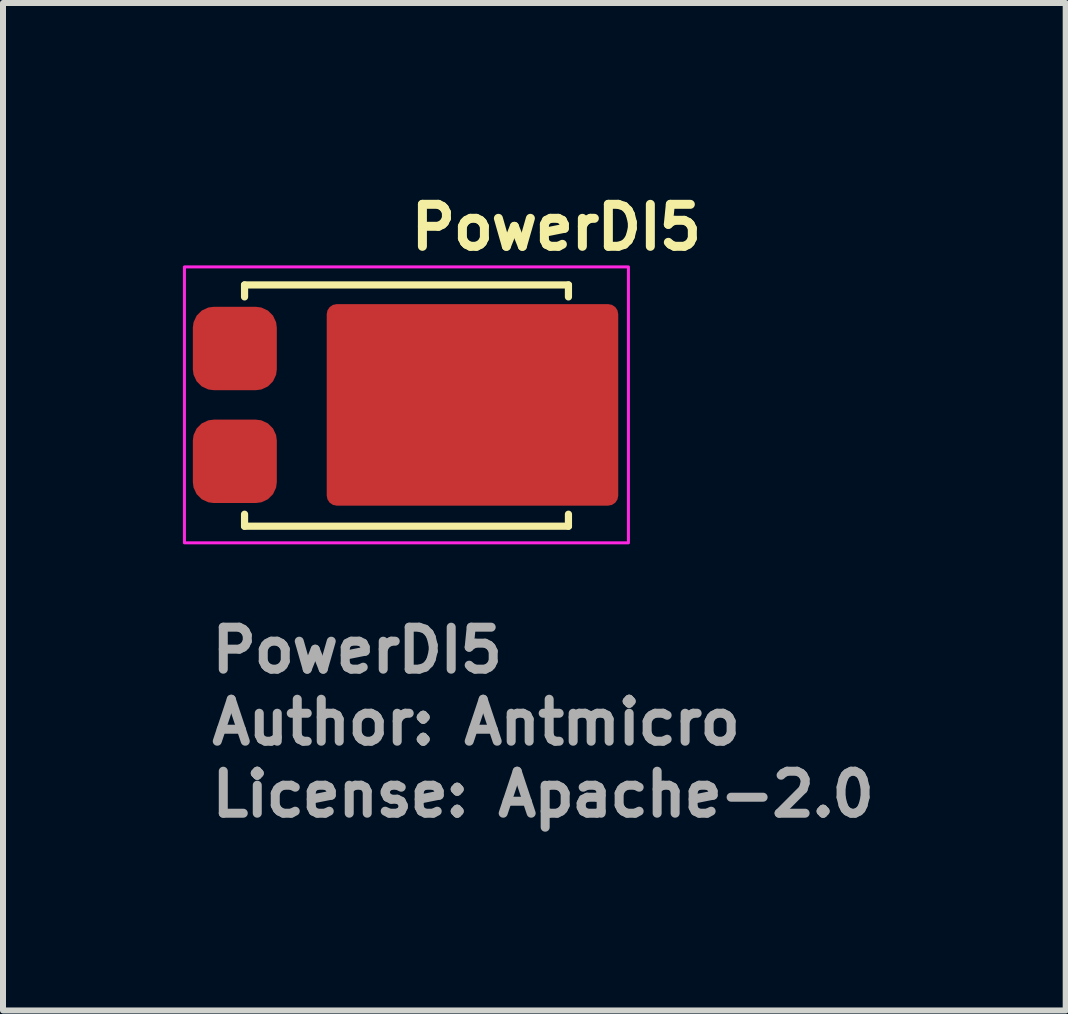
<source format=kicad_pcb>
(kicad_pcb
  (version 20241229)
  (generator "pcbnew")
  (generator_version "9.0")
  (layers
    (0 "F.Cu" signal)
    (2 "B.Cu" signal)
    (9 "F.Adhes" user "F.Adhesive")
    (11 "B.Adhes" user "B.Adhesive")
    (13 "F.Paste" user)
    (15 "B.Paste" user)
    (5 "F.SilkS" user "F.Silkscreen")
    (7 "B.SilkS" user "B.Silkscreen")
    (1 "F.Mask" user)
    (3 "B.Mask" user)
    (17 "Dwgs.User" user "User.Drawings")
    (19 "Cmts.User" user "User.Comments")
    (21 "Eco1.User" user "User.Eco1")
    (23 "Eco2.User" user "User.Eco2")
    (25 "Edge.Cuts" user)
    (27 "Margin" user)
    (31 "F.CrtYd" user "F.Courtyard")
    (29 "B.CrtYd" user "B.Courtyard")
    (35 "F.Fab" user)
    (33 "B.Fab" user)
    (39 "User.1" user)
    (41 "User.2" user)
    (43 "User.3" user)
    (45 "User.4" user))
  (footprint "PowerDI5"
    (layer "F.Cu")
    (at 3.727 3.7)
    (property "Reference" "PowerDI5" (at 0 -2.55 0) (layer "F.SilkS") (effects (font (size 0.7 0.7) (thickness 0.15)) (justify left bottom)))
    (attr smd)
    (fp_line (start -2.7 -2) (end 2.7 -2) (stroke (width 0.12) (type solid)) (layer "F.SilkS"))
    (fp_line (start -2.7 -1.8) (end -2.7 -2) (stroke (width 0.12) (type solid)) (layer "F.SilkS"))
    (fp_line (start -2.7 2.023) (end -2.7 1.823) (stroke (width 0.12) (type solid)) (layer "F.SilkS"))
    (fp_line (start 2.7 -2) (end 2.7 -1.8) (stroke (width 0.12) (type solid)) (layer "F.SilkS"))
    (fp_line (start 2.7 1.823) (end 2.7 2.023) (stroke (width 0.12) (type solid)) (layer "F.SilkS"))
    (fp_line (start 2.7 2.023) (end -2.7 2.023) (stroke (width 0.12) (type solid)) (layer "F.SilkS"))
    (fp_rect (start -3.702 -2.3) (end 3.7 2.3) (stroke (width 0.05) (type solid)) (fill no) (layer "F.CrtYd"))
    (fp_rect (start -3.302 -2.025) (end 3.3 2.023) (stroke (width 0.1) (type solid)) (fill no) (layer "User.5"))
    (fp_line (start -3.302 -1.416) (end -3.302 -0.426) (stroke (width 0.02) (type solid)) (layer "User.9"))
    (fp_line (start -3.302 -0.426) (end -2.652 -0.426) (stroke (width 0.02) (type solid)) (layer "User.9"))
    (fp_line (start -3.302 0.423) (end -3.302 1.413) (stroke (width 0.02) (type solid)) (layer "User.9"))
    (fp_line (start -3.302 1.413) (end -2.652 1.413) (stroke (width 0.02) (type solid)) (layer "User.9"))
    (fp_line (start -2.652 -2.025) (end -2.505 -1.881) (stroke (width 0.02) (type solid)) (layer "User.9"))
    (fp_line (start -2.652 -2.025) (end 2.648 -2.025) (stroke (width 0.02) (type solid)) (layer "User.9"))
    (fp_line (start -2.652 -1.416) (end -3.302 -1.416) (stroke (width 0.02) (type solid)) (layer "User.9"))
    (fp_line (start -2.652 -1.416) (end -2.652 -2.025) (stroke (width 0.02) (type solid)) (layer "User.9"))
    (fp_line (start -2.652 -0.426) (end -2.652 -1.416) (stroke (width 0.02) (type solid)) (layer "User.9"))
    (fp_line (start -2.652 0.423) (end -3.302 0.423) (stroke (width 0.02) (type solid)) (layer "User.9"))
    (fp_line (start -2.652 0.423) (end -2.652 -0.426) (stroke (width 0.02) (type solid)) (layer "User.9"))
    (fp_line (start -2.652 1.413) (end -2.652 0.423) (stroke (width 0.02) (type solid)) (layer "User.9"))
    (fp_line (start -2.652 2.023) (end -2.652 1.413) (stroke (width 0.02) (type solid)) (layer "User.9"))
    (fp_line (start -2.652 2.023) (end -2.505 1.878) (stroke (width 0.02) (type solid)) (layer "User.9"))
    (fp_line (start -2.505 -1.881) (end -2.505 1.878) (stroke (width 0.02) (type solid)) (layer "User.9"))
    (fp_line (start -2.505 1.878) (end 2.503 1.878) (stroke (width 0.02) (type solid)) (layer "User.9"))
    (fp_line (start 2.503 -1.881) (end -2.505 -1.881) (stroke (width 0.02) (type solid)) (layer "User.9"))
    (fp_line (start 2.503 1.878) (end 2.503 -1.881) (stroke (width 0.02) (type solid)) (layer "User.9"))
    (fp_line (start 2.503 1.878) (end 2.648 2.023) (stroke (width 0.02) (type solid)) (layer "User.9"))
    (fp_line (start 2.648 -2.025) (end 2.503 -1.881) (stroke (width 0.02) (type solid)) (layer "User.9"))
    (fp_line (start 2.648 -2.025) (end 2.648 -0.942) (stroke (width 0.02) (type solid)) (layer "User.9"))
    (fp_line (start 2.648 -0.942) (end 2.648 0.939) (stroke (width 0.02) (type solid)) (layer "User.9"))
    (fp_line (start 2.648 0.939) (end 2.648 2.023) (stroke (width 0.02) (type solid)) (layer "User.9"))
    (fp_line (start 2.648 0.939) (end 3.3 0.939) (stroke (width 0.02) (type solid)) (layer "User.9"))
    (fp_line (start 2.648 2.023) (end -2.652 2.023) (stroke (width 0.02) (type solid)) (layer "User.9"))
    (fp_line (start 3.148 -0.501) (end 3.3 -0.501) (stroke (width 0.02) (type solid)) (layer "User.9"))
    (fp_line (start 3.148 0.498) (end 3.148 -0.501) (stroke (width 0.02) (type solid)) (layer "User.9"))
    (fp_line (start 3.3 -0.942) (end 2.648 -0.942) (stroke (width 0.02) (type solid)) (layer "User.9"))
    (fp_line (start 3.3 -0.501) (end 3.3 -0.942) (stroke (width 0.02) (type solid)) (layer "User.9"))
    (fp_line (start 3.3 0.498) (end 3.148 0.498) (stroke (width 0.02) (type solid)) (layer "User.9"))
    (fp_line (start 3.3 0.939) (end 3.3 0.498) (stroke (width 0.02) (type solid)) (layer "User.9"))
    (fp_text user "License: Apache-2.0" (at -3.32 6.901 0) (layer "F.Fab") (effects (font (size 0.7 0.7) (thickness 0.15)) (justify left bottom)))
    (fp_text user "${REFERENCE}" (at -3.32 4.5 0) (layer "F.Fab") (effects (font (size 0.7 0.7) (thickness 0.15)) (justify left bottom)))
    (fp_text user "Author: Antmicro" (at -3.32 5.701 0) (layer "F.Fab") (effects (font (size 0.7 0.7) (thickness 0.15)) (justify left bottom)))
    (pad "1" smd roundrect (at 1.1 0 270) (size 3.36 4.86) (layers "F.Cu" "F.Mask" "F.Paste") (roundrect_rratio 0.05))
    (pad "2" smd roundrect (at -2.862 -0.94 90) (size 1.39 1.4) (layers "F.Cu" "F.Mask" "F.Paste") (roundrect_rratio 0.25))
    (pad "2" smd roundrect (at -2.862 0.941 270) (size 1.39 1.4) (layers "F.Cu" "F.Mask" "F.Paste") (roundrect_rratio 0.25)))
  (gr_rect
    (start -3 -3)
    (end 14.717 13.796)
    (stroke (width 0.1) (type default))
    (fill no)
    (layer "Edge.Cuts")))
</source>
